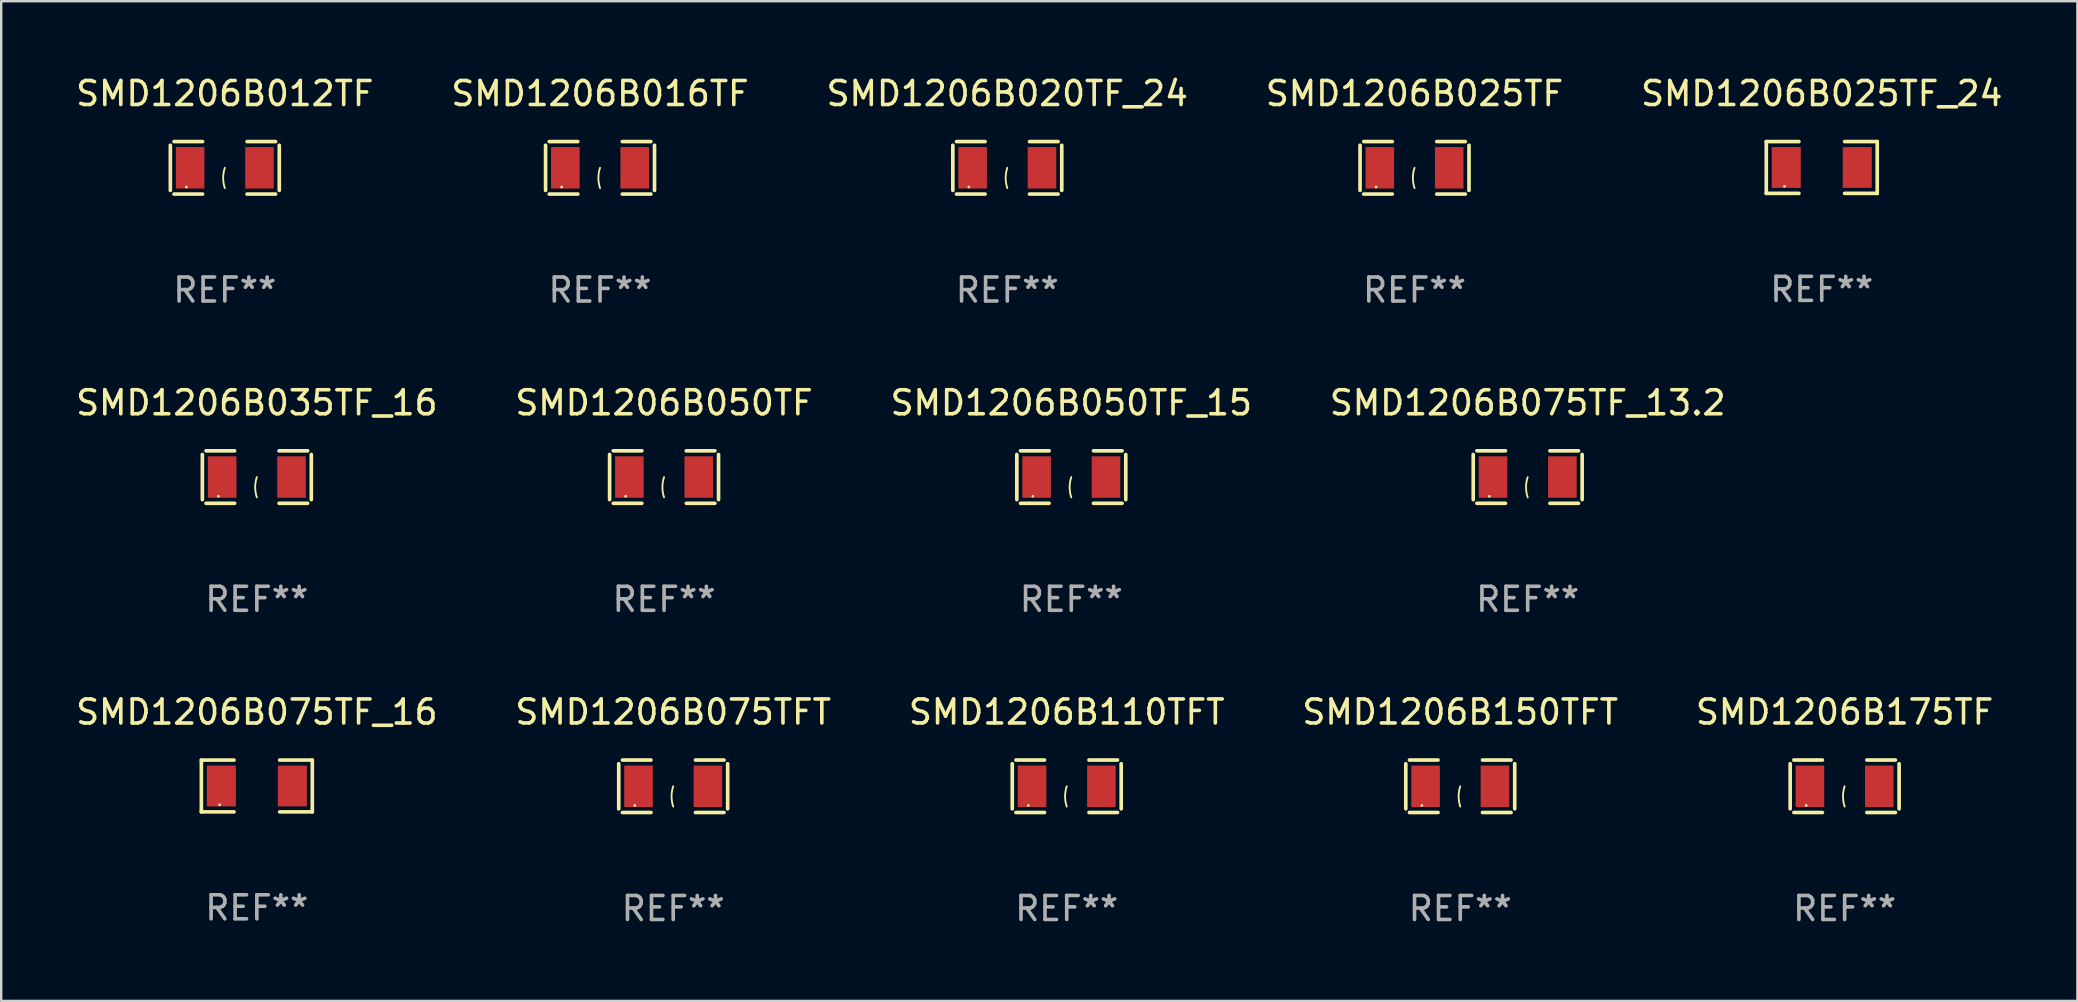
<source format=kicad_pcb>
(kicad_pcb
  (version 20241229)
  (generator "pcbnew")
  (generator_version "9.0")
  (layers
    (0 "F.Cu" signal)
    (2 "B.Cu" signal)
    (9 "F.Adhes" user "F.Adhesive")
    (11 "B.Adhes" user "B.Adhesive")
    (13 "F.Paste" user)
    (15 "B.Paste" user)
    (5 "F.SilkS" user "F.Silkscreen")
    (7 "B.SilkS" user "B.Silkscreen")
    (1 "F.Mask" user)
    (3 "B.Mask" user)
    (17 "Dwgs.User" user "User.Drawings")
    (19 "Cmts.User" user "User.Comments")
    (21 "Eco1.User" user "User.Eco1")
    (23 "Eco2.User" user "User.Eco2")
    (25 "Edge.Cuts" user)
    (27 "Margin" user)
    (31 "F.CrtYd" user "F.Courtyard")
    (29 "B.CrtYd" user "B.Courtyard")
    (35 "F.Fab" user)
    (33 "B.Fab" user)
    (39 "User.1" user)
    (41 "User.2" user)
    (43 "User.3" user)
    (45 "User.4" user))
  (footprint "SMD1206B050TF"
    (layer "F.Cu")
    (at 24.613 16.823)
    (property "Reference" "SMD1206B050TF" (at 0 -3.093 0) (layer "F.SilkS") (effects (font (size 1 1) (thickness 0.15))))
    (attr through_hole)
    (fp_line (start -2.269 -0.94) (end -2.269 0.94) (stroke (width 0.152) (type solid)) (layer "F.SilkS"))
    (fp_line (start -2.116 1.093) (end -0.926 1.093) (stroke (width 0.152) (type solid)) (layer "F.SilkS"))
    (fp_line (start -0.926 -1.093) (end -2.116 -1.093) (stroke (width 0.152) (type solid)) (layer "F.SilkS"))
    (fp_line (start 0.926 -1.093) (end 2.116 -1.093) (stroke (width 0.152) (type solid)) (layer "F.SilkS"))
    (fp_line (start 2.116 1.093) (end 0.926 1.093) (stroke (width 0.152) (type solid)) (layer "F.SilkS"))
    (fp_line (start 2.269 -0.94) (end 2.269 0.94) (stroke (width 0.152) (type solid)) (layer "F.SilkS"))
    (fp_arc (start 0 0.844951) (mid -0.068559 0.422475) (end 0 0) (stroke (width 0.0762) (type solid)) (layer "F.SilkS"))
    (fp_circle (center -1.6 0.8) (end -1.57 0.8) (stroke (width 0.06) (type solid)) (fill no) (layer "F.SilkS"))
    (fp_text user "REF**" (at 0 5.093 0) (layer "F.Fab") (effects (font (size 1 1) (thickness 0.15))))
    (pad "1" smd rect (at -1.445 0) (size 1.19 1.728) (layers "F.Cu" "F.Mask" "F.Paste"))
    (pad "2" smd rect (at 1.445 0) (size 1.19 1.728) (layers "F.Cu" "F.Mask" "F.Paste")))
  (footprint "SMD1206B020TF_24"
    (layer "F.Cu")
    (at 38.911 3.941)
    (property "Reference" "SMD1206B020TF_24" (at 0 -3.093 0) (layer "F.SilkS") (effects (font (size 1 1) (thickness 0.15))))
    (attr through_hole)
    (fp_line (start -2.269 -0.94) (end -2.269 0.94) (stroke (width 0.152) (type solid)) (layer "F.SilkS"))
    (fp_line (start -2.116 1.093) (end -0.926 1.093) (stroke (width 0.152) (type solid)) (layer "F.SilkS"))
    (fp_line (start -0.926 -1.093) (end -2.116 -1.093) (stroke (width 0.152) (type solid)) (layer "F.SilkS"))
    (fp_line (start 0.926 -1.093) (end 2.116 -1.093) (stroke (width 0.152) (type solid)) (layer "F.SilkS"))
    (fp_line (start 2.116 1.093) (end 0.926 1.093) (stroke (width 0.152) (type solid)) (layer "F.SilkS"))
    (fp_line (start 2.269 -0.94) (end 2.269 0.94) (stroke (width 0.152) (type solid)) (layer "F.SilkS"))
    (fp_arc (start 0 0.844951) (mid -0.068559 0.422475) (end 0 0) (stroke (width 0.0762) (type solid)) (layer "F.SilkS"))
    (fp_circle (center -1.6 0.8) (end -1.57 0.8) (stroke (width 0.06) (type solid)) (fill no) (layer "F.SilkS"))
    (fp_text user "REF**" (at 0 5.093 0) (layer "F.Fab") (effects (font (size 1 1) (thickness 0.15))))
    (pad "1" smd rect (at -1.445 0) (size 1.19 1.728) (layers "F.Cu" "F.Mask" "F.Paste"))
    (pad "2" smd rect (at 1.445 0) (size 1.19 1.728) (layers "F.Cu" "F.Mask" "F.Paste")))
  (footprint "SMD1206B075TFT"
    (layer "F.Cu")
    (at 24.994 29.704)
    (property "Reference" "SMD1206B075TFT" (at 0 -3.093 0) (layer "F.SilkS") (effects (font (size 1 1) (thickness 0.15))))
    (attr through_hole)
    (fp_line (start -2.269 -0.94) (end -2.269 0.94) (stroke (width 0.152) (type solid)) (layer "F.SilkS"))
    (fp_line (start -2.116 1.093) (end -0.926 1.093) (stroke (width 0.152) (type solid)) (layer "F.SilkS"))
    (fp_line (start -0.926 -1.093) (end -2.116 -1.093) (stroke (width 0.152) (type solid)) (layer "F.SilkS"))
    (fp_line (start 0.926 -1.093) (end 2.116 -1.093) (stroke (width 0.152) (type solid)) (layer "F.SilkS"))
    (fp_line (start 2.116 1.093) (end 0.926 1.093) (stroke (width 0.152) (type solid)) (layer "F.SilkS"))
    (fp_line (start 2.269 -0.94) (end 2.269 0.94) (stroke (width 0.152) (type solid)) (layer "F.SilkS"))
    (fp_arc (start 0 0.844951) (mid -0.068559 0.422475) (end 0 0) (stroke (width 0.0762) (type solid)) (layer "F.SilkS"))
    (fp_circle (center -1.6 0.8) (end -1.57 0.8) (stroke (width 0.06) (type solid)) (fill no) (layer "F.SilkS"))
    (fp_text user "REF**" (at 0 5.093 0) (layer "F.Fab") (effects (font (size 1 1) (thickness 0.15))))
    (pad "1" smd rect (at -1.445 0) (size 1.19 1.728) (layers "F.Cu" "F.Mask" "F.Paste"))
    (pad "2" smd rect (at 1.445 0) (size 1.19 1.728) (layers "F.Cu" "F.Mask" "F.Paste")))
  (footprint "SMD1206B012TF"
    (layer "F.Cu")
    (at 6.315 3.941)
    (property "Reference" "SMD1206B012TF" (at 0 -3.093 0) (layer "F.SilkS") (effects (font (size 1 1) (thickness 0.15))))
    (attr through_hole)
    (fp_line (start -2.269 -0.94) (end -2.269 0.94) (stroke (width 0.152) (type solid)) (layer "F.SilkS"))
    (fp_line (start -2.116 1.093) (end -0.926 1.093) (stroke (width 0.152) (type solid)) (layer "F.SilkS"))
    (fp_line (start -0.926 -1.093) (end -2.116 -1.093) (stroke (width 0.152) (type solid)) (layer "F.SilkS"))
    (fp_line (start 0.926 -1.093) (end 2.116 -1.093) (stroke (width 0.152) (type solid)) (layer "F.SilkS"))
    (fp_line (start 2.116 1.093) (end 0.926 1.093) (stroke (width 0.152) (type solid)) (layer "F.SilkS"))
    (fp_line (start 2.269 -0.94) (end 2.269 0.94) (stroke (width 0.152) (type solid)) (layer "F.SilkS"))
    (fp_arc (start 0 0.844951) (mid -0.068559 0.422475) (end 0 0) (stroke (width 0.0762) (type solid)) (layer "F.SilkS"))
    (fp_circle (center -1.6 0.8) (end -1.57 0.8) (stroke (width 0.06) (type solid)) (fill no) (layer "F.SilkS"))
    (fp_text user "REF**" (at 0 5.093 0) (layer "F.Fab") (effects (font (size 1 1) (thickness 0.15))))
    (pad "1" smd rect (at -1.445 0) (size 1.19 1.728) (layers "F.Cu" "F.Mask" "F.Paste"))
    (pad "2" smd rect (at 1.445 0) (size 1.19 1.728) (layers "F.Cu" "F.Mask" "F.Paste")))
  (footprint "SMD1206B075TF_16"
    (layer "F.Cu")
    (at 7.649 29.691)
    (property "Reference" "SMD1206B075TF_16" (at 0 -3.079 0) (layer "F.SilkS") (effects (font (size 1 1) (thickness 0.15))))
    (attr through_hole)
    (fp_line (start -2.311 -1.079) (end -0.951 -1.079) (stroke (width 0.152) (type solid)) (layer "F.SilkS"))
    (fp_line (start -2.311 1.079) (end -2.311 -1.079) (stroke (width 0.152) (type solid)) (layer "F.SilkS"))
    (fp_line (start -0.951 1.079) (end -2.311 1.079) (stroke (width 0.152) (type solid)) (layer "F.SilkS"))
    (fp_line (start 0.951 1.079) (end 2.311 1.079) (stroke (width 0.152) (type solid)) (layer "F.SilkS"))
    (fp_line (start 2.311 -1.079) (end 0.951 -1.079) (stroke (width 0.152) (type solid)) (layer "F.SilkS"))
    (fp_line (start 2.311 1.079) (end 2.311 -1.079) (stroke (width 0.152) (type solid)) (layer "F.SilkS"))
    (fp_circle (center -1.55 0.787) (end -1.52 0.787) (stroke (width 0.06) (type solid)) (fill no) (layer "F.SilkS"))
    (fp_text user "REF**" (at 0 5.079 0) (layer "F.Fab") (effects (font (size 1 1) (thickness 0.15))))
    (pad "1" smd rect (at -1.479 0) (size 1.208 1.701) (layers "F.Cu" "F.Mask" "F.Paste"))
    (pad "2" smd rect (at 1.479 0) (size 1.208 1.701) (layers "F.Cu" "F.Mask" "F.Paste")))
  (footprint "SMD1206B175TF"
    (layer "F.Cu")
    (at 73.792 29.704)
    (property "Reference" "SMD1206B175TF" (at 0 -3.093 0) (layer "F.SilkS") (effects (font (size 1 1) (thickness 0.15))))
    (attr through_hole)
    (fp_line (start -2.269 -0.94) (end -2.269 0.94) (stroke (width 0.152) (type solid)) (layer "F.SilkS"))
    (fp_line (start -2.116 1.093) (end -0.926 1.093) (stroke (width 0.152) (type solid)) (layer "F.SilkS"))
    (fp_line (start -0.926 -1.093) (end -2.116 -1.093) (stroke (width 0.152) (type solid)) (layer "F.SilkS"))
    (fp_line (start 0.926 -1.093) (end 2.116 -1.093) (stroke (width 0.152) (type solid)) (layer "F.SilkS"))
    (fp_line (start 2.116 1.093) (end 0.926 1.093) (stroke (width 0.152) (type solid)) (layer "F.SilkS"))
    (fp_line (start 2.269 -0.94) (end 2.269 0.94) (stroke (width 0.152) (type solid)) (layer "F.SilkS"))
    (fp_arc (start 0 0.844951) (mid -0.068559 0.422475) (end 0 0) (stroke (width 0.0762) (type solid)) (layer "F.SilkS"))
    (fp_circle (center -1.6 0.8) (end -1.57 0.8) (stroke (width 0.06) (type solid)) (fill no) (layer "F.SilkS"))
    (fp_text user "REF**" (at 0 5.093 0) (layer "F.Fab") (effects (font (size 1 1) (thickness 0.15))))
    (pad "1" smd rect (at -1.445 0) (size 1.19 1.728) (layers "F.Cu" "F.Mask" "F.Paste"))
    (pad "2" smd rect (at 1.445 0) (size 1.19 1.728) (layers "F.Cu" "F.Mask" "F.Paste")))
  (footprint "SMD1206B110TFT"
    (layer "F.Cu")
    (at 41.387 29.704)
    (property "Reference" "SMD1206B110TFT" (at 0 -3.093 0) (layer "F.SilkS") (effects (font (size 1 1) (thickness 0.15))))
    (attr through_hole)
    (fp_line (start -2.269 -0.94) (end -2.269 0.94) (stroke (width 0.152) (type solid)) (layer "F.SilkS"))
    (fp_line (start -2.116 1.093) (end -0.926 1.093) (stroke (width 0.152) (type solid)) (layer "F.SilkS"))
    (fp_line (start -0.926 -1.093) (end -2.116 -1.093) (stroke (width 0.152) (type solid)) (layer "F.SilkS"))
    (fp_line (start 0.926 -1.093) (end 2.116 -1.093) (stroke (width 0.152) (type solid)) (layer "F.SilkS"))
    (fp_line (start 2.116 1.093) (end 0.926 1.093) (stroke (width 0.152) (type solid)) (layer "F.SilkS"))
    (fp_line (start 2.269 -0.94) (end 2.269 0.94) (stroke (width 0.152) (type solid)) (layer "F.SilkS"))
    (fp_arc (start 0 0.844951) (mid -0.068559 0.422475) (end 0 0) (stroke (width 0.0762) (type solid)) (layer "F.SilkS"))
    (fp_circle (center -1.6 0.8) (end -1.57 0.8) (stroke (width 0.06) (type solid)) (fill no) (layer "F.SilkS"))
    (fp_text user "REF**" (at 0 5.093 0) (layer "F.Fab") (effects (font (size 1 1) (thickness 0.15))))
    (pad "1" smd rect (at -1.445 0) (size 1.19 1.728) (layers "F.Cu" "F.Mask" "F.Paste"))
    (pad "2" smd rect (at 1.445 0) (size 1.19 1.728) (layers "F.Cu" "F.Mask" "F.Paste")))
  (footprint "SMD1206B025TF_24"
    (layer "F.Cu")
    (at 72.839 3.927)
    (property "Reference" "SMD1206B025TF_24" (at 0 -3.079 0) (layer "F.SilkS") (effects (font (size 1 1) (thickness 0.15))))
    (attr through_hole)
    (fp_line (start -2.311 -1.079) (end -0.951 -1.079) (stroke (width 0.152) (type solid)) (layer "F.SilkS"))
    (fp_line (start -2.311 1.079) (end -2.311 -1.079) (stroke (width 0.152) (type solid)) (layer "F.SilkS"))
    (fp_line (start -0.951 1.079) (end -2.311 1.079) (stroke (width 0.152) (type solid)) (layer "F.SilkS"))
    (fp_line (start 0.951 1.079) (end 2.311 1.079) (stroke (width 0.152) (type solid)) (layer "F.SilkS"))
    (fp_line (start 2.311 -1.079) (end 0.951 -1.079) (stroke (width 0.152) (type solid)) (layer "F.SilkS"))
    (fp_line (start 2.311 1.079) (end 2.311 -1.079) (stroke (width 0.152) (type solid)) (layer "F.SilkS"))
    (fp_circle (center -1.55 0.787) (end -1.52 0.787) (stroke (width 0.06) (type solid)) (fill no) (layer "F.SilkS"))
    (fp_text user "REF**" (at 0 5.079 0) (layer "F.Fab") (effects (font (size 1 1) (thickness 0.15))))
    (pad "1" smd rect (at -1.479 0) (size 1.208 1.701) (layers "F.Cu" "F.Mask" "F.Paste"))
    (pad "2" smd rect (at 1.479 0) (size 1.208 1.701) (layers "F.Cu" "F.Mask" "F.Paste")))
  (footprint "SMD1206B075TF_13.2"
    (layer "F.Cu")
    (at 60.589 16.823)
    (property "Reference" "SMD1206B075TF_13.2" (at 0 -3.093 0) (layer "F.SilkS") (effects (font (size 1 1) (thickness 0.15))))
    (attr through_hole)
    (fp_line (start -2.269 -0.94) (end -2.269 0.94) (stroke (width 0.152) (type solid)) (layer "F.SilkS"))
    (fp_line (start -2.116 1.093) (end -0.926 1.093) (stroke (width 0.152) (type solid)) (layer "F.SilkS"))
    (fp_line (start -0.926 -1.093) (end -2.116 -1.093) (stroke (width 0.152) (type solid)) (layer "F.SilkS"))
    (fp_line (start 0.926 -1.093) (end 2.116 -1.093) (stroke (width 0.152) (type solid)) (layer "F.SilkS"))
    (fp_line (start 2.116 1.093) (end 0.926 1.093) (stroke (width 0.152) (type solid)) (layer "F.SilkS"))
    (fp_line (start 2.269 -0.94) (end 2.269 0.94) (stroke (width 0.152) (type solid)) (layer "F.SilkS"))
    (fp_arc (start 0 0.844951) (mid -0.068559 0.422475) (end 0 0) (stroke (width 0.0762) (type solid)) (layer "F.SilkS"))
    (fp_circle (center -1.6 0.8) (end -1.57 0.8) (stroke (width 0.06) (type solid)) (fill no) (layer "F.SilkS"))
    (fp_text user "REF**" (at 0 5.093 0) (layer "F.Fab") (effects (font (size 1 1) (thickness 0.15))))
    (pad "1" smd rect (at -1.445 0) (size 1.19 1.728) (layers "F.Cu" "F.Mask" "F.Paste"))
    (pad "2" smd rect (at 1.445 0) (size 1.19 1.728) (layers "F.Cu" "F.Mask" "F.Paste")))
  (footprint "SMD1206B050TF_15"
    (layer "F.Cu")
    (at 41.577 16.823)
    (property "Reference" "SMD1206B050TF_15" (at 0 -3.093 0) (layer "F.SilkS") (effects (font (size 1 1) (thickness 0.15))))
    (attr through_hole)
    (fp_line (start -2.269 -0.94) (end -2.269 0.94) (stroke (width 0.152) (type solid)) (layer "F.SilkS"))
    (fp_line (start -2.116 1.093) (end -0.926 1.093) (stroke (width 0.152) (type solid)) (layer "F.SilkS"))
    (fp_line (start -0.926 -1.093) (end -2.116 -1.093) (stroke (width 0.152) (type solid)) (layer "F.SilkS"))
    (fp_line (start 0.926 -1.093) (end 2.116 -1.093) (stroke (width 0.152) (type solid)) (layer "F.SilkS"))
    (fp_line (start 2.116 1.093) (end 0.926 1.093) (stroke (width 0.152) (type solid)) (layer "F.SilkS"))
    (fp_line (start 2.269 -0.94) (end 2.269 0.94) (stroke (width 0.152) (type solid)) (layer "F.SilkS"))
    (fp_arc (start 0 0.844951) (mid -0.068559 0.422475) (end 0 0) (stroke (width 0.0762) (type solid)) (layer "F.SilkS"))
    (fp_circle (center -1.6 0.8) (end -1.57 0.8) (stroke (width 0.06) (type solid)) (fill no) (layer "F.SilkS"))
    (fp_text user "REF**" (at 0 5.093 0) (layer "F.Fab") (effects (font (size 1 1) (thickness 0.15))))
    (pad "1" smd rect (at -1.445 0) (size 1.19 1.728) (layers "F.Cu" "F.Mask" "F.Paste"))
    (pad "2" smd rect (at 1.445 0) (size 1.19 1.728) (layers "F.Cu" "F.Mask" "F.Paste")))
  (footprint "SMD1206B025TF"
    (layer "F.Cu")
    (at 55.875 3.941)
    (property "Reference" "SMD1206B025TF" (at 0 -3.093 0) (layer "F.SilkS") (effects (font (size 1 1) (thickness 0.15))))
    (attr through_hole)
    (fp_line (start -2.269 -0.94) (end -2.269 0.94) (stroke (width 0.152) (type solid)) (layer "F.SilkS"))
    (fp_line (start -2.116 1.093) (end -0.926 1.093) (stroke (width 0.152) (type solid)) (layer "F.SilkS"))
    (fp_line (start -0.926 -1.093) (end -2.116 -1.093) (stroke (width 0.152) (type solid)) (layer "F.SilkS"))
    (fp_line (start 0.926 -1.093) (end 2.116 -1.093) (stroke (width 0.152) (type solid)) (layer "F.SilkS"))
    (fp_line (start 2.116 1.093) (end 0.926 1.093) (stroke (width 0.152) (type solid)) (layer "F.SilkS"))
    (fp_line (start 2.269 -0.94) (end 2.269 0.94) (stroke (width 0.152) (type solid)) (layer "F.SilkS"))
    (fp_arc (start 0 0.844951) (mid -0.068559 0.422475) (end 0 0) (stroke (width 0.0762) (type solid)) (layer "F.SilkS"))
    (fp_circle (center -1.6 0.8) (end -1.57 0.8) (stroke (width 0.06) (type solid)) (fill no) (layer "F.SilkS"))
    (fp_text user "REF**" (at 0 5.093 0) (layer "F.Fab") (effects (font (size 1 1) (thickness 0.15))))
    (pad "1" smd rect (at -1.445 0) (size 1.19 1.728) (layers "F.Cu" "F.Mask" "F.Paste"))
    (pad "2" smd rect (at 1.445 0) (size 1.19 1.728) (layers "F.Cu" "F.Mask" "F.Paste")))
  (footprint "SMD1206B035TF_16"
    (layer "F.Cu")
    (at 7.649 16.823)
    (property "Reference" "SMD1206B035TF_16" (at 0 -3.093 0) (layer "F.SilkS") (effects (font (size 1 1) (thickness 0.15))))
    (attr through_hole)
    (fp_line (start -2.269 -0.94) (end -2.269 0.94) (stroke (width 0.152) (type solid)) (layer "F.SilkS"))
    (fp_line (start -2.116 1.093) (end -0.926 1.093) (stroke (width 0.152) (type solid)) (layer "F.SilkS"))
    (fp_line (start -0.926 -1.093) (end -2.116 -1.093) (stroke (width 0.152) (type solid)) (layer "F.SilkS"))
    (fp_line (start 0.926 -1.093) (end 2.116 -1.093) (stroke (width 0.152) (type solid)) (layer "F.SilkS"))
    (fp_line (start 2.116 1.093) (end 0.926 1.093) (stroke (width 0.152) (type solid)) (layer "F.SilkS"))
    (fp_line (start 2.269 -0.94) (end 2.269 0.94) (stroke (width 0.152) (type solid)) (layer "F.SilkS"))
    (fp_arc (start 0 0.844951) (mid -0.068559 0.422475) (end 0 0) (stroke (width 0.0762) (type solid)) (layer "F.SilkS"))
    (fp_circle (center -1.6 0.8) (end -1.57 0.8) (stroke (width 0.06) (type solid)) (fill no) (layer "F.SilkS"))
    (fp_text user "REF**" (at 0 5.093 0) (layer "F.Fab") (effects (font (size 1 1) (thickness 0.15))))
    (pad "1" smd rect (at -1.445 0) (size 1.19 1.728) (layers "F.Cu" "F.Mask" "F.Paste"))
    (pad "2" smd rect (at 1.445 0) (size 1.19 1.728) (layers "F.Cu" "F.Mask" "F.Paste")))
  (footprint "SMD1206B016TF"
    (layer "F.Cu")
    (at 21.946 3.941)
    (property "Reference" "SMD1206B016TF" (at 0 -3.093 0) (layer "F.SilkS") (effects (font (size 1 1) (thickness 0.15))))
    (attr through_hole)
    (fp_line (start -2.269 -0.94) (end -2.269 0.94) (stroke (width 0.152) (type solid)) (layer "F.SilkS"))
    (fp_line (start -2.116 1.093) (end -0.926 1.093) (stroke (width 0.152) (type solid)) (layer "F.SilkS"))
    (fp_line (start -0.926 -1.093) (end -2.116 -1.093) (stroke (width 0.152) (type solid)) (layer "F.SilkS"))
    (fp_line (start 0.926 -1.093) (end 2.116 -1.093) (stroke (width 0.152) (type solid)) (layer "F.SilkS"))
    (fp_line (start 2.116 1.093) (end 0.926 1.093) (stroke (width 0.152) (type solid)) (layer "F.SilkS"))
    (fp_line (start 2.269 -0.94) (end 2.269 0.94) (stroke (width 0.152) (type solid)) (layer "F.SilkS"))
    (fp_arc (start 0 0.844951) (mid -0.068559 0.422475) (end 0 0) (stroke (width 0.0762) (type solid)) (layer "F.SilkS"))
    (fp_circle (center -1.6 0.8) (end -1.57 0.8) (stroke (width 0.06) (type solid)) (fill no) (layer "F.SilkS"))
    (fp_text user "REF**" (at 0 5.093 0) (layer "F.Fab") (effects (font (size 1 1) (thickness 0.15))))
    (pad "1" smd rect (at -1.445 0) (size 1.19 1.728) (layers "F.Cu" "F.Mask" "F.Paste"))
    (pad "2" smd rect (at 1.445 0) (size 1.19 1.728) (layers "F.Cu" "F.Mask" "F.Paste")))
  (footprint "SMD1206B150TFT"
    (layer "F.Cu")
    (at 57.78 29.704)
    (property "Reference" "SMD1206B150TFT" (at 0 -3.093 0) (layer "F.SilkS") (effects (font (size 1 1) (thickness 0.15))))
    (attr through_hole)
    (fp_line (start -2.269 -0.94) (end -2.269 0.94) (stroke (width 0.152) (type solid)) (layer "F.SilkS"))
    (fp_line (start -2.116 1.093) (end -0.926 1.093) (stroke (width 0.152) (type solid)) (layer "F.SilkS"))
    (fp_line (start -0.926 -1.093) (end -2.116 -1.093) (stroke (width 0.152) (type solid)) (layer "F.SilkS"))
    (fp_line (start 0.926 -1.093) (end 2.116 -1.093) (stroke (width 0.152) (type solid)) (layer "F.SilkS"))
    (fp_line (start 2.116 1.093) (end 0.926 1.093) (stroke (width 0.152) (type solid)) (layer "F.SilkS"))
    (fp_line (start 2.269 -0.94) (end 2.269 0.94) (stroke (width 0.152) (type solid)) (layer "F.SilkS"))
    (fp_arc (start 0 0.844951) (mid -0.068559 0.422475) (end 0 0) (stroke (width 0.0762) (type solid)) (layer "F.SilkS"))
    (fp_circle (center -1.6 0.8) (end -1.57 0.8) (stroke (width 0.06) (type solid)) (fill no) (layer "F.SilkS"))
    (fp_text user "REF**" (at 0 5.093 0) (layer "F.Fab") (effects (font (size 1 1) (thickness 0.15))))
    (pad "1" smd rect (at -1.445 0) (size 1.19 1.728) (layers "F.Cu" "F.Mask" "F.Paste"))
    (pad "2" smd rect (at 1.445 0) (size 1.19 1.728) (layers "F.Cu" "F.Mask" "F.Paste")))
  (gr_rect
    (start -3 -3)
    (end 83.488 38.645)
    (stroke (width 0.1) (type default))
    (fill no)
    (layer "Edge.Cuts")))
</source>
